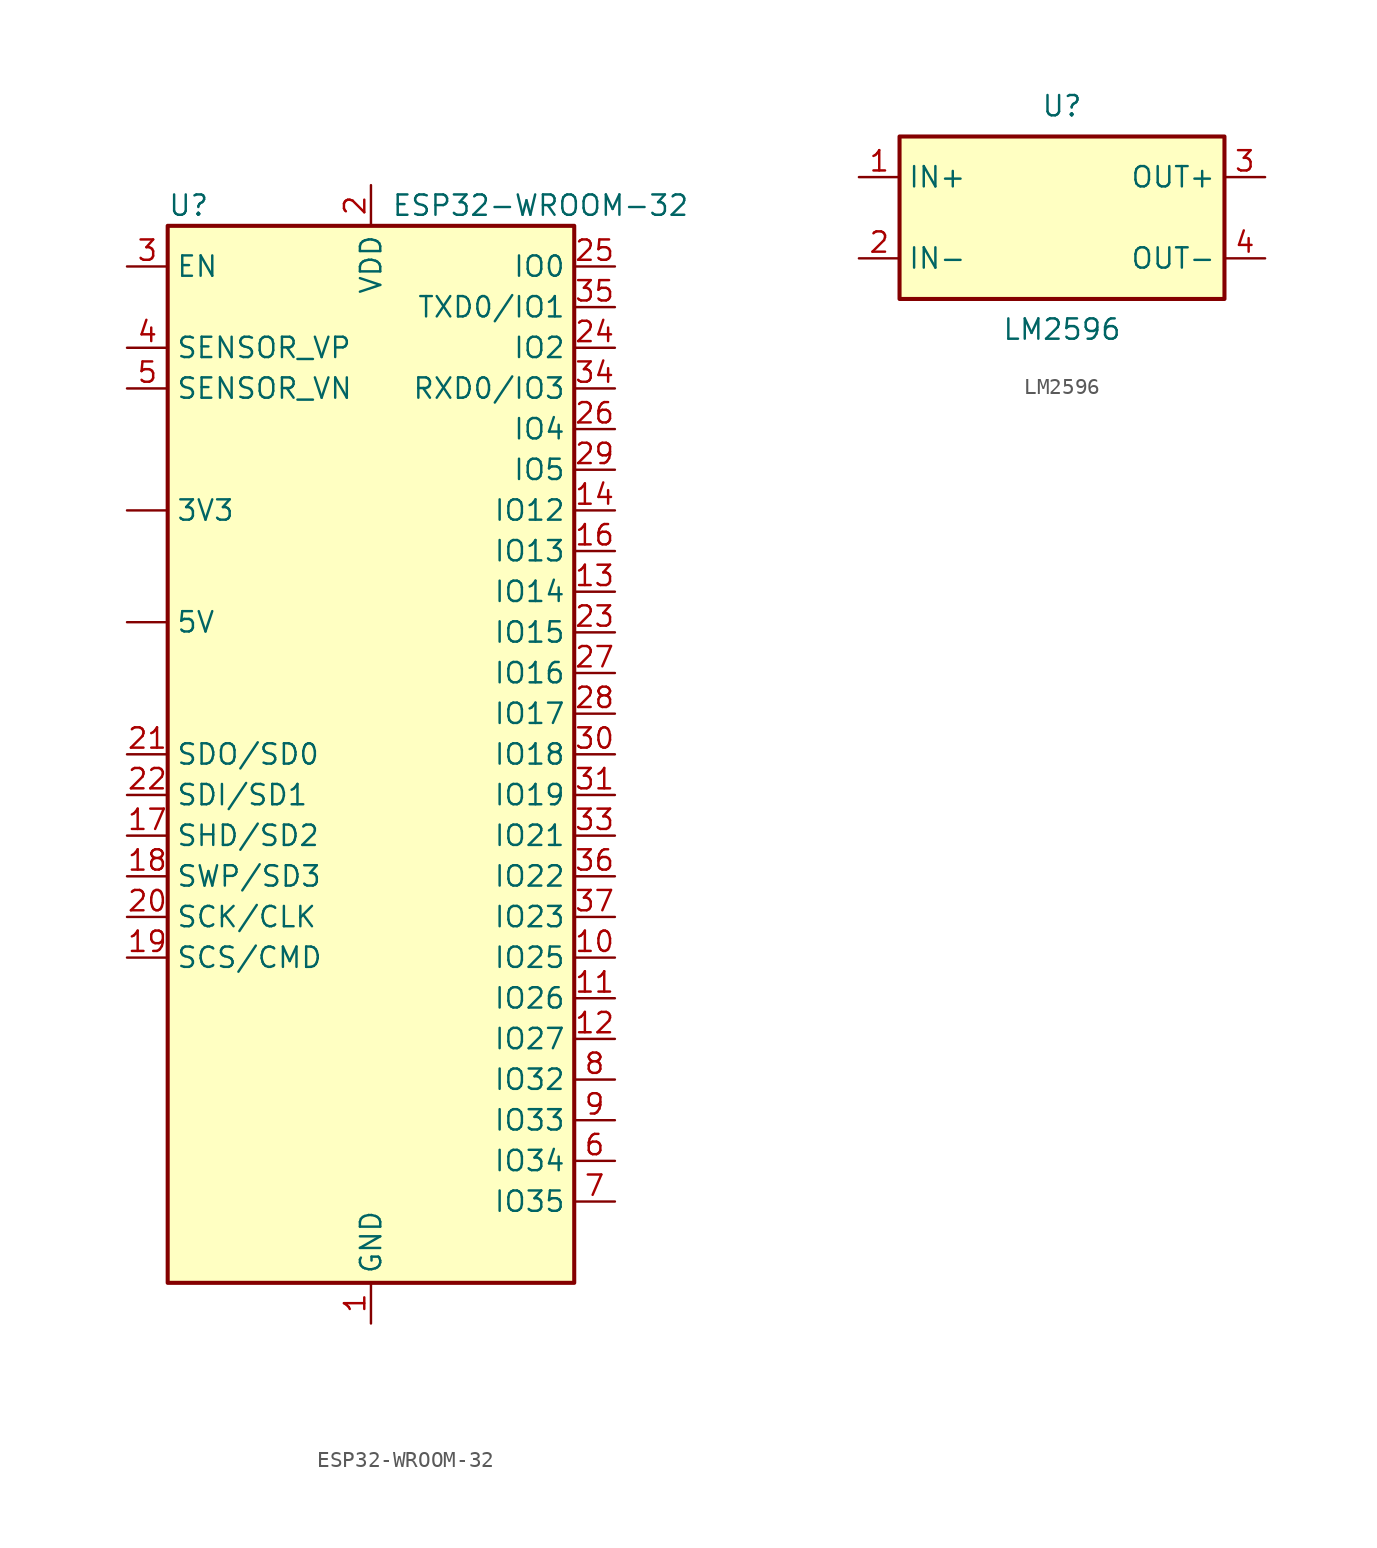
<source format=kicad_sym>
(kicad_symbol_lib
  (version 20220914)
  (generator kicad_symbol_editor)
  (symbol "ESP32-WROOM-32"
    (property "Reference" "U"
      (at -12.7 34.29 0)
      (effects (font (size 1.27 1.27)) (justify left)))
    (property "Value" "ESP32-WROOM-32"
      (at 1.27 34.29 0)
      (effects (font (size 1.27 1.27)) (justify left)))
    (symbol "ESP32-WROOM-32_0_1"
      (rectangle (start -12.7 33.02) (end 12.7 -33.02) (stroke (width 0.254) (type default)) (fill (type background))))
    (symbol "ESP32-WROOM-32_1_1"
      (pin power_out line (at -15.24 15.24 0) (length 2.54) (name "3V3" (effects (font (size 1.27 1.27)))) (number "" (effects (font (size 1.27 1.27)))))
      (pin power_out line (at -15.24 8.255 0) (length 2.54) (name "5V" (effects (font (size 1.27 1.27)))) (number "" (effects (font (size 1.27 1.27)))))
      (pin power_in line (at 0 -35.56 90) (length 2.54) (name "GND" (effects (font (size 1.27 1.27)))) (number "1" (effects (font (size 1.27 1.27)))))
      (pin bidirectional line (at 15.24 -12.7 180) (length 2.54) (name "IO25" (effects (font (size 1.27 1.27)))) (number "10" (effects (font (size 1.27 1.27)))))
      (pin bidirectional line (at 15.24 -15.24 180) (length 2.54) (name "IO26" (effects (font (size 1.27 1.27)))) (number "11" (effects (font (size 1.27 1.27)))))
      (pin bidirectional line (at 15.24 -17.78 180) (length 2.54) (name "IO27" (effects (font (size 1.27 1.27)))) (number "12" (effects (font (size 1.27 1.27)))))
      (pin bidirectional line (at 15.24 10.16 180) (length 2.54) (name "IO14" (effects (font (size 1.27 1.27)))) (number "13" (effects (font (size 1.27 1.27)))))
      (pin bidirectional line (at 15.24 15.24 180) (length 2.54) (name "IO12" (effects (font (size 1.27 1.27)))) (number "14" (effects (font (size 1.27 1.27)))))
      (pin passive line (at 0 -35.56 90) (length 2.54) hide (name "GND" (effects (font (size 1.27 1.27)))) (number "15" (effects (font (size 1.27 1.27)))))
      (pin bidirectional line (at 15.24 12.7 180) (length 2.54) (name "IO13" (effects (font (size 1.27 1.27)))) (number "16" (effects (font (size 1.27 1.27)))))
      (pin bidirectional line (at -15.24 -5.08 0) (length 2.54) (name "SHD/SD2" (effects (font (size 1.27 1.27)))) (number "17" (effects (font (size 1.27 1.27)))))
      (pin bidirectional line (at -15.24 -7.62 0) (length 2.54) (name "SWP/SD3" (effects (font (size 1.27 1.27)))) (number "18" (effects (font (size 1.27 1.27)))))
      (pin bidirectional line (at -15.24 -12.7 0) (length 2.54) (name "SCS/CMD" (effects (font (size 1.27 1.27)))) (number "19" (effects (font (size 1.27 1.27)))))
      (pin power_in line (at 0 35.56 270) (length 2.54) (name "VDD" (effects (font (size 1.27 1.27)))) (number "2" (effects (font (size 1.27 1.27)))))
      (pin bidirectional line (at -15.24 -10.16 0) (length 2.54) (name "SCK/CLK" (effects (font (size 1.27 1.27)))) (number "20" (effects (font (size 1.27 1.27)))))
      (pin bidirectional line (at -15.24 0 0) (length 2.54) (name "SDO/SD0" (effects (font (size 1.27 1.27)))) (number "21" (effects (font (size 1.27 1.27)))))
      (pin bidirectional line (at -15.24 -2.54 0) (length 2.54) (name "SDI/SD1" (effects (font (size 1.27 1.27)))) (number "22" (effects (font (size 1.27 1.27)))))
      (pin bidirectional line (at 15.24 7.62 180) (length 2.54) (name "IO15" (effects (font (size 1.27 1.27)))) (number "23" (effects (font (size 1.27 1.27)))))
      (pin bidirectional line (at 15.24 25.4 180) (length 2.54) (name "IO2" (effects (font (size 1.27 1.27)))) (number "24" (effects (font (size 1.27 1.27)))))
      (pin bidirectional line (at 15.24 30.48 180) (length 2.54) (name "IO0" (effects (font (size 1.27 1.27)))) (number "25" (effects (font (size 1.27 1.27)))))
      (pin bidirectional line (at 15.24 20.32 180) (length 2.54) (name "IO4" (effects (font (size 1.27 1.27)))) (number "26" (effects (font (size 1.27 1.27)))))
      (pin bidirectional line (at 15.24 5.08 180) (length 2.54) (name "IO16" (effects (font (size 1.27 1.27)))) (number "27" (effects (font (size 1.27 1.27)))))
      (pin bidirectional line (at 15.24 2.54 180) (length 2.54) (name "IO17" (effects (font (size 1.27 1.27)))) (number "28" (effects (font (size 1.27 1.27)))))
      (pin bidirectional line (at 15.24 17.78 180) (length 2.54) (name "IO5" (effects (font (size 1.27 1.27)))) (number "29" (effects (font (size 1.27 1.27)))))
      (pin input line (at -15.24 30.48 0) (length 2.54) (name "EN" (effects (font (size 1.27 1.27)))) (number "3" (effects (font (size 1.27 1.27)))))
      (pin bidirectional line (at 15.24 0 180) (length 2.54) (name "IO18" (effects (font (size 1.27 1.27)))) (number "30" (effects (font (size 1.27 1.27)))))
      (pin bidirectional line (at 15.24 -2.54 180) (length 2.54) (name "IO19" (effects (font (size 1.27 1.27)))) (number "31" (effects (font (size 1.27 1.27)))))
      (pin no_connect line (at -12.7 -27.94 0) (length 2.54) hide (name "NC" (effects (font (size 1.27 1.27)))) (number "32" (effects (font (size 1.27 1.27)))))
      (pin bidirectional line (at 15.24 -5.08 180) (length 2.54) (name "IO21" (effects (font (size 1.27 1.27)))) (number "33" (effects (font (size 1.27 1.27)))))
      (pin bidirectional line (at 15.24 22.86 180) (length 2.54) (name "RXD0/IO3" (effects (font (size 1.27 1.27)))) (number "34" (effects (font (size 1.27 1.27)))))
      (pin bidirectional line (at 15.24 27.94 180) (length 2.54) (name "TXD0/IO1" (effects (font (size 1.27 1.27)))) (number "35" (effects (font (size 1.27 1.27)))))
      (pin bidirectional line (at 15.24 -7.62 180) (length 2.54) (name "IO22" (effects (font (size 1.27 1.27)))) (number "36" (effects (font (size 1.27 1.27)))))
      (pin bidirectional line (at 15.24 -10.16 180) (length 2.54) (name "IO23" (effects (font (size 1.27 1.27)))) (number "37" (effects (font (size 1.27 1.27)))))
      (pin passive line (at 0 -35.56 90) (length 2.54) hide (name "GND" (effects (font (size 1.27 1.27)))) (number "38" (effects (font (size 1.27 1.27)))))
      (pin passive line (at 0 -35.56 90) (length 2.54) hide (name "GND" (effects (font (size 1.27 1.27)))) (number "39" (effects (font (size 1.27 1.27)))))
      (pin input line (at -15.24 25.4 0) (length 2.54) (name "SENSOR_VP" (effects (font (size 1.27 1.27)))) (number "4" (effects (font (size 1.27 1.27)))))
      (pin input line (at -15.24 22.86 0) (length 2.54) (name "SENSOR_VN" (effects (font (size 1.27 1.27)))) (number "5" (effects (font (size 1.27 1.27)))))
      (pin input line (at 15.24 -25.4 180) (length 2.54) (name "IO34" (effects (font (size 1.27 1.27)))) (number "6" (effects (font (size 1.27 1.27)))))
      (pin input line (at 15.24 -27.94 180) (length 2.54) (name "IO35" (effects (font (size 1.27 1.27)))) (number "7" (effects (font (size 1.27 1.27)))))
      (pin bidirectional line (at 15.24 -20.32 180) (length 2.54) (name "IO32" (effects (font (size 1.27 1.27)))) (number "8" (effects (font (size 1.27 1.27)))))
      (pin bidirectional line (at 15.24 -22.86 180) (length 2.54) (name "IO33" (effects (font (size 1.27 1.27)))) (number "9" (effects (font (size 1.27 1.27)))))))
  (symbol "LM2596"
    (property "Reference" "U"
      (at 0 6.985 0)
      (effects (font (size 1.27 1.27))))
    (property "Value" "LM2596"
      (at 0 -6.985 0)
      (effects (font (size 1.27 1.27))))
    (symbol "LM2596_1_1"
      (rectangle (start -10.16 5.08) (end 10.16 -5.08) (stroke (width 0.254) (type default)) (fill (type background)))
      (pin power_in line (at -12.7 2.54 0) (length 2.54) (name "IN+" (effects (font (size 1.27 1.27)))) (number "1" (effects (font (size 1.27 1.27)))))
      (pin power_in line (at -12.7 -2.54 0) (length 2.54) (name "IN-" (effects (font (size 1.27 1.27)))) (number "2" (effects (font (size 1.27 1.27)))))
      (pin power_out line (at 12.7 2.54 180) (length 2.54) (name "OUT+" (effects (font (size 1.27 1.27)))) (number "3" (effects (font (size 1.27 1.27)))))
      (pin power_out line (at 12.7 -2.54 180) (length 2.54) (name "OUT-" (effects (font (size 1.27 1.27)))) (number "4" (effects (font (size 1.27 1.27))))))))
</source>
